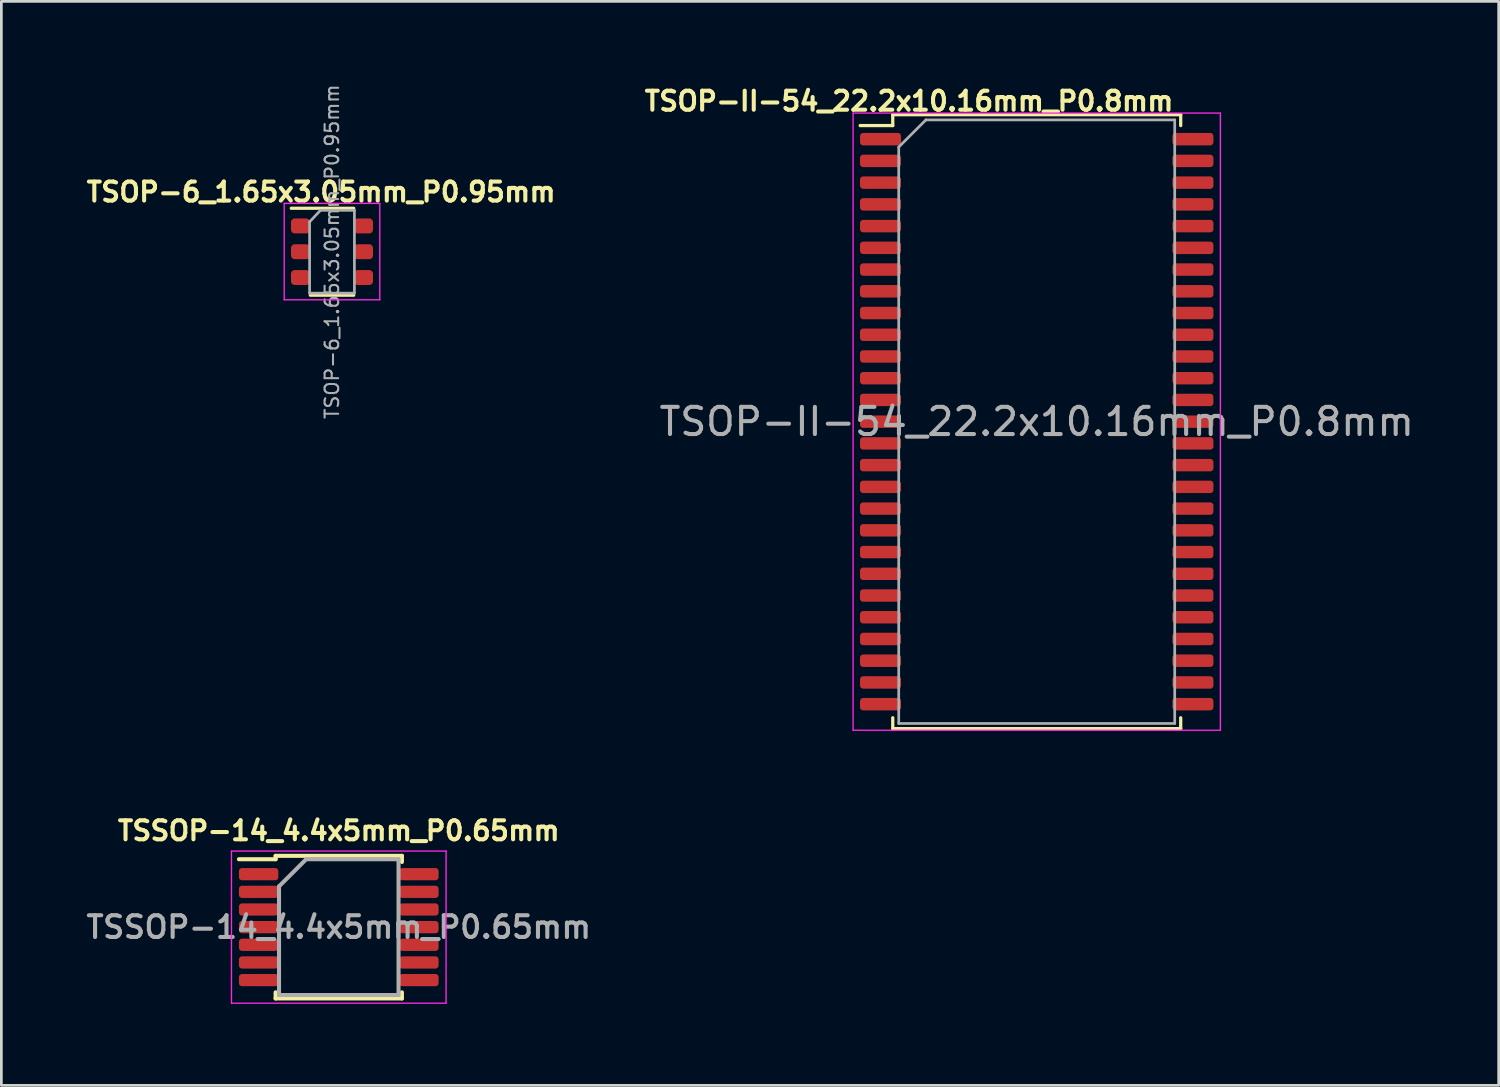
<source format=kicad_pcb>
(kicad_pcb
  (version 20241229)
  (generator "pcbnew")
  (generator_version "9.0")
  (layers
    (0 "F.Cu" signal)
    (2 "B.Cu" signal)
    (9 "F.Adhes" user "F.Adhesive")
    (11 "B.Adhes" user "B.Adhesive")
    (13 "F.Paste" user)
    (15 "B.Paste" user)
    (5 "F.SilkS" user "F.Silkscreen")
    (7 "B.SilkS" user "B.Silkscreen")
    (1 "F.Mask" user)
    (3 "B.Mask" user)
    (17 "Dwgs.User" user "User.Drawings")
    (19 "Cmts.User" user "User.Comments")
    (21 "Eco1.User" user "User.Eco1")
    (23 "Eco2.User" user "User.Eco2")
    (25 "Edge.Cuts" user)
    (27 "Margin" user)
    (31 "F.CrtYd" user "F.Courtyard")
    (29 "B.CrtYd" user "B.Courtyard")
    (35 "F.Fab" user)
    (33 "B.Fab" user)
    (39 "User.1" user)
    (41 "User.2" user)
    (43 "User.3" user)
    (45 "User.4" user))
  (footprint "TSSOP-14_4.4x5mm_P0.65mm"
    (layer "F.Cu")
    (at 9.421 31.081)
    (property "Reference" "TSSOP-14_4.4x5mm_P0.65mm" (at 0 -3.55 0) (layer "F.SilkS") (effects (font (size 0.7 0.7) (thickness 0.15))))
    (attr smd)
    (fp_line (start -2.325 -2.625) (end -2.325 -2.5) (stroke (width 0.15) (type solid)) (layer "F.SilkS"))
    (fp_line (start -2.325 -2.625) (end 2.325 -2.625) (stroke (width 0.15) (type solid)) (layer "F.SilkS"))
    (fp_line (start -2.325 -2.5) (end -3.675 -2.5) (stroke (width 0.15) (type solid)) (layer "F.SilkS"))
    (fp_line (start -2.325 2.625) (end -2.325 2.4) (stroke (width 0.15) (type solid)) (layer "F.SilkS"))
    (fp_line (start -2.325 2.625) (end 2.325 2.625) (stroke (width 0.15) (type solid)) (layer "F.SilkS"))
    (fp_line (start 2.325 -2.625) (end 2.325 -2.4) (stroke (width 0.15) (type solid)) (layer "F.SilkS"))
    (fp_line (start 2.325 2.625) (end 2.325 2.4) (stroke (width 0.15) (type solid)) (layer "F.SilkS"))
    (fp_line (start -3.95 -2.8) (end -3.95 2.8) (stroke (width 0.05) (type solid)) (layer "F.CrtYd"))
    (fp_line (start -3.95 -2.8) (end 3.95 -2.8) (stroke (width 0.05) (type solid)) (layer "F.CrtYd"))
    (fp_line (start -3.95 2.8) (end 3.95 2.8) (stroke (width 0.05) (type solid)) (layer "F.CrtYd"))
    (fp_line (start 3.95 -2.8) (end 3.95 2.8) (stroke (width 0.05) (type solid)) (layer "F.CrtYd"))
    (fp_line (start -2.2 -1.5) (end -1.2 -2.5) (stroke (width 0.15) (type solid)) (layer "F.Fab"))
    (fp_line (start -2.2 2.5) (end -2.2 -1.5) (stroke (width 0.15) (type solid)) (layer "F.Fab"))
    (fp_line (start -1.2 -2.5) (end 2.2 -2.5) (stroke (width 0.15) (type solid)) (layer "F.Fab"))
    (fp_line (start 2.2 -2.5) (end 2.2 2.5) (stroke (width 0.15) (type solid)) (layer "F.Fab"))
    (fp_line (start 2.2 2.5) (end -2.2 2.5) (stroke (width 0.15) (type solid)) (layer "F.Fab"))
    (fp_text user "${REFERENCE}" (at 0 0 0) (layer "F.Fab") (effects (font (size 0.8 0.8) (thickness 0.15))))
    (pad "1" smd roundrect (at -2.95 -1.95) (size 1.45 0.45) (layers "F.Cu" "F.Mask" "F.Paste") (roundrect_rratio 0.25))
    (pad "2" smd roundrect (at -2.95 -1.3) (size 1.45 0.45) (layers "F.Cu" "F.Mask" "F.Paste") (roundrect_rratio 0.25))
    (pad "3" smd roundrect (at -2.95 -0.65) (size 1.45 0.45) (layers "F.Cu" "F.Mask" "F.Paste") (roundrect_rratio 0.25))
    (pad "4" smd roundrect (at -2.95 0) (size 1.45 0.45) (layers "F.Cu" "F.Mask" "F.Paste") (roundrect_rratio 0.25))
    (pad "5" smd roundrect (at -2.95 0.65) (size 1.45 0.45) (layers "F.Cu" "F.Mask" "F.Paste") (roundrect_rratio 0.25))
    (pad "6" smd roundrect (at -2.95 1.3) (size 1.45 0.45) (layers "F.Cu" "F.Mask" "F.Paste") (roundrect_rratio 0.25))
    (pad "7" smd roundrect (at -2.95 1.95) (size 1.45 0.45) (layers "F.Cu" "F.Mask" "F.Paste") (roundrect_rratio 0.25))
    (pad "8" smd roundrect (at 2.95 1.95) (size 1.45 0.45) (layers "F.Cu" "F.Mask" "F.Paste") (roundrect_rratio 0.25))
    (pad "9" smd roundrect (at 2.95 1.3) (size 1.45 0.45) (layers "F.Cu" "F.Mask" "F.Paste") (roundrect_rratio 0.25))
    (pad "10" smd roundrect (at 2.95 0.65) (size 1.45 0.45) (layers "F.Cu" "F.Mask" "F.Paste") (roundrect_rratio 0.25))
    (pad "11" smd roundrect (at 2.95 0) (size 1.45 0.45) (layers "F.Cu" "F.Mask" "F.Paste") (roundrect_rratio 0.25))
    (pad "12" smd roundrect (at 2.95 -0.65) (size 1.45 0.45) (layers "F.Cu" "F.Mask" "F.Paste") (roundrect_rratio 0.25))
    (pad "13" smd roundrect (at 2.95 -1.3) (size 1.45 0.45) (layers "F.Cu" "F.Mask" "F.Paste") (roundrect_rratio 0.25))
    (pad "14" smd roundrect (at 2.95 -1.95) (size 1.45 0.45) (layers "F.Cu" "F.Mask" "F.Paste") (roundrect_rratio 0.25)))
  (footprint "TSOP-6_1.65x3.05mm_P0.95mm"
    (layer "F.Cu")
    (at 9.172 6.217)
    (property "Reference" "TSOP-6_1.65x3.05mm_P0.95mm" (at -0.4 -2.2 0) (layer "F.SilkS") (effects (font (size 0.7 0.7) (thickness 0.15))))
    (attr smd)
    (fp_line (start -0.8 1.6) (end 0.8 1.6) (stroke (width 0.12) (type solid)) (layer "F.SilkS"))
    (fp_line (start 0.8 -1.6) (end -1.5 -1.6) (stroke (width 0.12) (type solid)) (layer "F.SilkS"))
    (fp_line (start -1.76 -1.78) (end -1.76 1.77) (stroke (width 0.05) (type solid)) (layer "F.CrtYd"))
    (fp_line (start -1.76 -1.78) (end 1.76 -1.78) (stroke (width 0.05) (type solid)) (layer "F.CrtYd"))
    (fp_line (start 1.76 1.77) (end -1.76 1.77) (stroke (width 0.05) (type solid)) (layer "F.CrtYd"))
    (fp_line (start 1.76 1.77) (end 1.76 -1.78) (stroke (width 0.05) (type solid)) (layer "F.CrtYd"))
    (fp_line (start -0.825 -1.1) (end -0.825 1.525) (stroke (width 0.1) (type solid)) (layer "F.Fab"))
    (fp_line (start -0.825 -1.1) (end -0.425 -1.525) (stroke (width 0.1) (type solid)) (layer "F.Fab"))
    (fp_line (start 0.825 -1.525) (end -0.425 -1.525) (stroke (width 0.1) (type solid)) (layer "F.Fab"))
    (fp_line (start 0.825 -1.525) (end 0.825 1.525) (stroke (width 0.1) (type solid)) (layer "F.Fab"))
    (fp_line (start 0.825 1.525) (end -0.825 1.525) (stroke (width 0.1) (type solid)) (layer "F.Fab"))
    (fp_text user "${REFERENCE}" (at 0 0 90) (layer "F.Fab") (effects (font (size 0.5 0.5) (thickness 0.075))))
    (pad "1" smd roundrect (at -1.16 -0.95) (size 0.7 0.55) (layers "F.Cu" "F.Mask" "F.Paste") (roundrect_rratio 0.25))
    (pad "2" smd roundrect (at -1.16 0) (size 0.7 0.55) (layers "F.Cu" "F.Mask" "F.Paste") (roundrect_rratio 0.25))
    (pad "3" smd roundrect (at -1.16 0.95) (size 0.7 0.55) (layers "F.Cu" "F.Mask" "F.Paste") (roundrect_rratio 0.25))
    (pad "4" smd roundrect (at 1.16 0.95) (size 0.7 0.55) (layers "F.Cu" "F.Mask" "F.Paste") (roundrect_rratio 0.25))
    (pad "5" smd roundrect (at 1.16 0) (size 0.7 0.55) (layers "F.Cu" "F.Mask" "F.Paste") (roundrect_rratio 0.25))
    (pad "6" smd roundrect (at 1.16 -0.95) (size 0.7 0.55) (layers "F.Cu" "F.Mask" "F.Paste") (roundrect_rratio 0.25)))
  (footprint "TSOP-II-54_22.2x10.16mm_P0.8mm"
    (layer "F.Cu")
    (at 35.115 12.473)
    (property "Reference" "TSOP-II-54_22.2x10.16mm_P0.8mm" (at -4.7 -11.8 0) (layer "F.SilkS") (effects (font (size 0.7 0.7) (thickness 0.15))))
    (attr smd)
    (fp_line (start -6.5 -10.9) (end -5.3 -10.9) (stroke (width 0.12) (type solid)) (layer "F.SilkS"))
    (fp_line (start -5.3 -11.3) (end 5.3 -11.3) (stroke (width 0.12) (type solid)) (layer "F.SilkS"))
    (fp_line (start -5.3 -10.9) (end -5.3 -11.3) (stroke (width 0.12) (type solid)) (layer "F.SilkS"))
    (fp_line (start -5.3 10.9) (end -5.3 11.3) (stroke (width 0.12) (type solid)) (layer "F.SilkS"))
    (fp_line (start -5.3 11.3) (end 5.3 11.3) (stroke (width 0.12) (type solid)) (layer "F.SilkS"))
    (fp_line (start 5.3 -11.3) (end 5.3 -10.9) (stroke (width 0.12) (type solid)) (layer "F.SilkS"))
    (fp_line (start 5.3 10.9) (end 5.3 11.3) (stroke (width 0.12) (type solid)) (layer "F.SilkS"))
    (fp_line (start -6.76 -11.36) (end -6.76 11.36) (stroke (width 0.05) (type solid)) (layer "F.CrtYd"))
    (fp_line (start -6.76 -11.36) (end 6.76 -11.36) (stroke (width 0.05) (type solid)) (layer "F.CrtYd"))
    (fp_line (start 6.76 -11.36) (end 6.76 11.36) (stroke (width 0.05) (type solid)) (layer "F.CrtYd"))
    (fp_line (start 6.76 11.36) (end -6.76 11.36) (stroke (width 0.05) (type solid)) (layer "F.CrtYd"))
    (fp_line (start -5.08 11.11) (end -5.08 -10.11) (stroke (width 0.1) (type solid)) (layer "F.Fab"))
    (fp_line (start -4.08 -11.11) (end -5.08 -10.11) (stroke (width 0.1) (type solid)) (layer "F.Fab"))
    (fp_line (start -4.08 -11.11) (end 5.08 -11.11) (stroke (width 0.1) (type solid)) (layer "F.Fab"))
    (fp_line (start 5.08 -11.11) (end 5.08 11.11) (stroke (width 0.1) (type solid)) (layer "F.Fab"))
    (fp_line (start 5.08 11.11) (end -5.08 11.11) (stroke (width 0.1) (type solid)) (layer "F.Fab"))
    (fp_text user "${REFERENCE}" (at 0 0 0) (layer "F.Fab") (effects (font (size 1 1) (thickness 0.15))))
    (pad "1" smd roundrect (at -5.75 -10.4) (size 1.51 0.458) (layers "F.Cu" "F.Mask" "F.Paste") (roundrect_rratio 0.25))
    (pad "2" smd roundrect (at -5.75 -9.6) (size 1.51 0.458) (layers "F.Cu" "F.Mask" "F.Paste") (roundrect_rratio 0.25))
    (pad "3" smd roundrect (at -5.75 -8.8) (size 1.51 0.458) (layers "F.Cu" "F.Mask" "F.Paste") (roundrect_rratio 0.25))
    (pad "4" smd roundrect (at -5.75 -8) (size 1.51 0.458) (layers "F.Cu" "F.Mask" "F.Paste") (roundrect_rratio 0.25))
    (pad "5" smd roundrect (at -5.75 -7.2) (size 1.51 0.458) (layers "F.Cu" "F.Mask" "F.Paste") (roundrect_rratio 0.25))
    (pad "6" smd roundrect (at -5.75 -6.4) (size 1.51 0.458) (layers "F.Cu" "F.Mask" "F.Paste") (roundrect_rratio 0.25))
    (pad "7" smd roundrect (at -5.75 -5.6) (size 1.51 0.458) (layers "F.Cu" "F.Mask" "F.Paste") (roundrect_rratio 0.25))
    (pad "8" smd roundrect (at -5.75 -4.8) (size 1.51 0.458) (layers "F.Cu" "F.Mask" "F.Paste") (roundrect_rratio 0.25))
    (pad "9" smd roundrect (at -5.75 -4) (size 1.51 0.458) (layers "F.Cu" "F.Mask" "F.Paste") (roundrect_rratio 0.25))
    (pad "10" smd roundrect (at -5.75 -3.2) (size 1.51 0.458) (layers "F.Cu" "F.Mask" "F.Paste") (roundrect_rratio 0.25))
    (pad "11" smd roundrect (at -5.75 -2.4) (size 1.51 0.458) (layers "F.Cu" "F.Mask" "F.Paste") (roundrect_rratio 0.25))
    (pad "12" smd roundrect (at -5.75 -1.6) (size 1.51 0.458) (layers "F.Cu" "F.Mask" "F.Paste") (roundrect_rratio 0.25))
    (pad "13" smd roundrect (at -5.75 -0.8) (size 1.51 0.458) (layers "F.Cu" "F.Mask" "F.Paste") (roundrect_rratio 0.25))
    (pad "14" smd roundrect (at -5.75 0) (size 1.51 0.458) (layers "F.Cu" "F.Mask" "F.Paste") (roundrect_rratio 0.25))
    (pad "15" smd roundrect (at -5.75 0.8) (size 1.51 0.458) (layers "F.Cu" "F.Mask" "F.Paste") (roundrect_rratio 0.25))
    (pad "16" smd roundrect (at -5.75 1.6) (size 1.51 0.458) (layers "F.Cu" "F.Mask" "F.Paste") (roundrect_rratio 0.25))
    (pad "17" smd roundrect (at -5.75 2.4) (size 1.51 0.458) (layers "F.Cu" "F.Mask" "F.Paste") (roundrect_rratio 0.25))
    (pad "18" smd roundrect (at -5.75 3.2) (size 1.51 0.458) (layers "F.Cu" "F.Mask" "F.Paste") (roundrect_rratio 0.25))
    (pad "19" smd roundrect (at -5.75 4) (size 1.51 0.458) (layers "F.Cu" "F.Mask" "F.Paste") (roundrect_rratio 0.25))
    (pad "20" smd roundrect (at -5.75 4.8) (size 1.51 0.458) (layers "F.Cu" "F.Mask" "F.Paste") (roundrect_rratio 0.25))
    (pad "21" smd roundrect (at -5.75 5.6) (size 1.51 0.458) (layers "F.Cu" "F.Mask" "F.Paste") (roundrect_rratio 0.25))
    (pad "22" smd roundrect (at -5.75 6.4) (size 1.51 0.458) (layers "F.Cu" "F.Mask" "F.Paste") (roundrect_rratio 0.25))
    (pad "23" smd roundrect (at -5.75 7.2) (size 1.51 0.458) (layers "F.Cu" "F.Mask" "F.Paste") (roundrect_rratio 0.25))
    (pad "24" smd roundrect (at -5.75 8) (size 1.51 0.458) (layers "F.Cu" "F.Mask" "F.Paste") (roundrect_rratio 0.25))
    (pad "25" smd roundrect (at -5.75 8.8) (size 1.51 0.458) (layers "F.Cu" "F.Mask" "F.Paste") (roundrect_rratio 0.25))
    (pad "26" smd roundrect (at -5.75 9.6) (size 1.51 0.458) (layers "F.Cu" "F.Mask" "F.Paste") (roundrect_rratio 0.25))
    (pad "27" smd roundrect (at -5.75 10.4) (size 1.51 0.458) (layers "F.Cu" "F.Mask" "F.Paste") (roundrect_rratio 0.25))
    (pad "28" smd roundrect (at 5.75 10.4) (size 1.51 0.458) (layers "F.Cu" "F.Mask" "F.Paste") (roundrect_rratio 0.25))
    (pad "29" smd roundrect (at 5.75 9.6) (size 1.51 0.458) (layers "F.Cu" "F.Mask" "F.Paste") (roundrect_rratio 0.25))
    (pad "30" smd roundrect (at 5.75 8.8) (size 1.51 0.458) (layers "F.Cu" "F.Mask" "F.Paste") (roundrect_rratio 0.25))
    (pad "31" smd roundrect (at 5.75 8) (size 1.51 0.458) (layers "F.Cu" "F.Mask" "F.Paste") (roundrect_rratio 0.25))
    (pad "32" smd roundrect (at 5.75 7.2) (size 1.51 0.458) (layers "F.Cu" "F.Mask" "F.Paste") (roundrect_rratio 0.25))
    (pad "33" smd roundrect (at 5.75 6.4) (size 1.51 0.458) (layers "F.Cu" "F.Mask" "F.Paste") (roundrect_rratio 0.25))
    (pad "34" smd roundrect (at 5.75 5.6) (size 1.51 0.458) (layers "F.Cu" "F.Mask" "F.Paste") (roundrect_rratio 0.25))
    (pad "35" smd roundrect (at 5.75 4.8) (size 1.51 0.458) (layers "F.Cu" "F.Mask" "F.Paste") (roundrect_rratio 0.25))
    (pad "36" smd roundrect (at 5.75 4) (size 1.51 0.458) (layers "F.Cu" "F.Mask" "F.Paste") (roundrect_rratio 0.25))
    (pad "37" smd roundrect (at 5.75 3.2) (size 1.51 0.458) (layers "F.Cu" "F.Mask" "F.Paste") (roundrect_rratio 0.25))
    (pad "38" smd roundrect (at 5.75 2.4) (size 1.51 0.458) (layers "F.Cu" "F.Mask" "F.Paste") (roundrect_rratio 0.25))
    (pad "39" smd roundrect (at 5.75 1.6) (size 1.51 0.458) (layers "F.Cu" "F.Mask" "F.Paste") (roundrect_rratio 0.25))
    (pad "40" smd roundrect (at 5.75 0.8) (size 1.51 0.458) (layers "F.Cu" "F.Mask" "F.Paste") (roundrect_rratio 0.25))
    (pad "41" smd roundrect (at 5.75 0) (size 1.51 0.458) (layers "F.Cu" "F.Mask" "F.Paste") (roundrect_rratio 0.25))
    (pad "42" smd roundrect (at 5.75 -0.8) (size 1.51 0.458) (layers "F.Cu" "F.Mask" "F.Paste") (roundrect_rratio 0.25))
    (pad "43" smd roundrect (at 5.75 -1.6) (size 1.51 0.458) (layers "F.Cu" "F.Mask" "F.Paste") (roundrect_rratio 0.25))
    (pad "44" smd roundrect (at 5.75 -2.4) (size 1.51 0.458) (layers "F.Cu" "F.Mask" "F.Paste") (roundrect_rratio 0.25))
    (pad "45" smd roundrect (at 5.75 -3.2) (size 1.51 0.458) (layers "F.Cu" "F.Mask" "F.Paste") (roundrect_rratio 0.25))
    (pad "46" smd roundrect (at 5.75 -4) (size 1.51 0.458) (layers "F.Cu" "F.Mask" "F.Paste") (roundrect_rratio 0.25))
    (pad "47" smd roundrect (at 5.75 -4.8) (size 1.51 0.458) (layers "F.Cu" "F.Mask" "F.Paste") (roundrect_rratio 0.25))
    (pad "48" smd roundrect (at 5.75 -5.6) (size 1.51 0.458) (layers "F.Cu" "F.Mask" "F.Paste") (roundrect_rratio 0.25))
    (pad "49" smd roundrect (at 5.75 -6.4) (size 1.51 0.458) (layers "F.Cu" "F.Mask" "F.Paste") (roundrect_rratio 0.25))
    (pad "50" smd roundrect (at 5.75 -7.2) (size 1.51 0.458) (layers "F.Cu" "F.Mask" "F.Paste") (roundrect_rratio 0.25))
    (pad "51" smd roundrect (at 5.75 -8) (size 1.51 0.458) (layers "F.Cu" "F.Mask" "F.Paste") (roundrect_rratio 0.25))
    (pad "52" smd roundrect (at 5.75 -8.8) (size 1.51 0.458) (layers "F.Cu" "F.Mask" "F.Paste") (roundrect_rratio 0.25))
    (pad "53" smd roundrect (at 5.75 -9.6) (size 1.51 0.458) (layers "F.Cu" "F.Mask" "F.Paste") (roundrect_rratio 0.25))
    (pad "54" smd roundrect (at 5.75 -10.4) (size 1.51 0.458) (layers "F.Cu" "F.Mask" "F.Paste") (roundrect_rratio 0.25)))
  (gr_rect
    (start -3 -3)
    (end 52.121 36.906)
    (stroke (width 0.1) (type default))
    (fill no)
    (layer "Edge.Cuts")))
</source>
